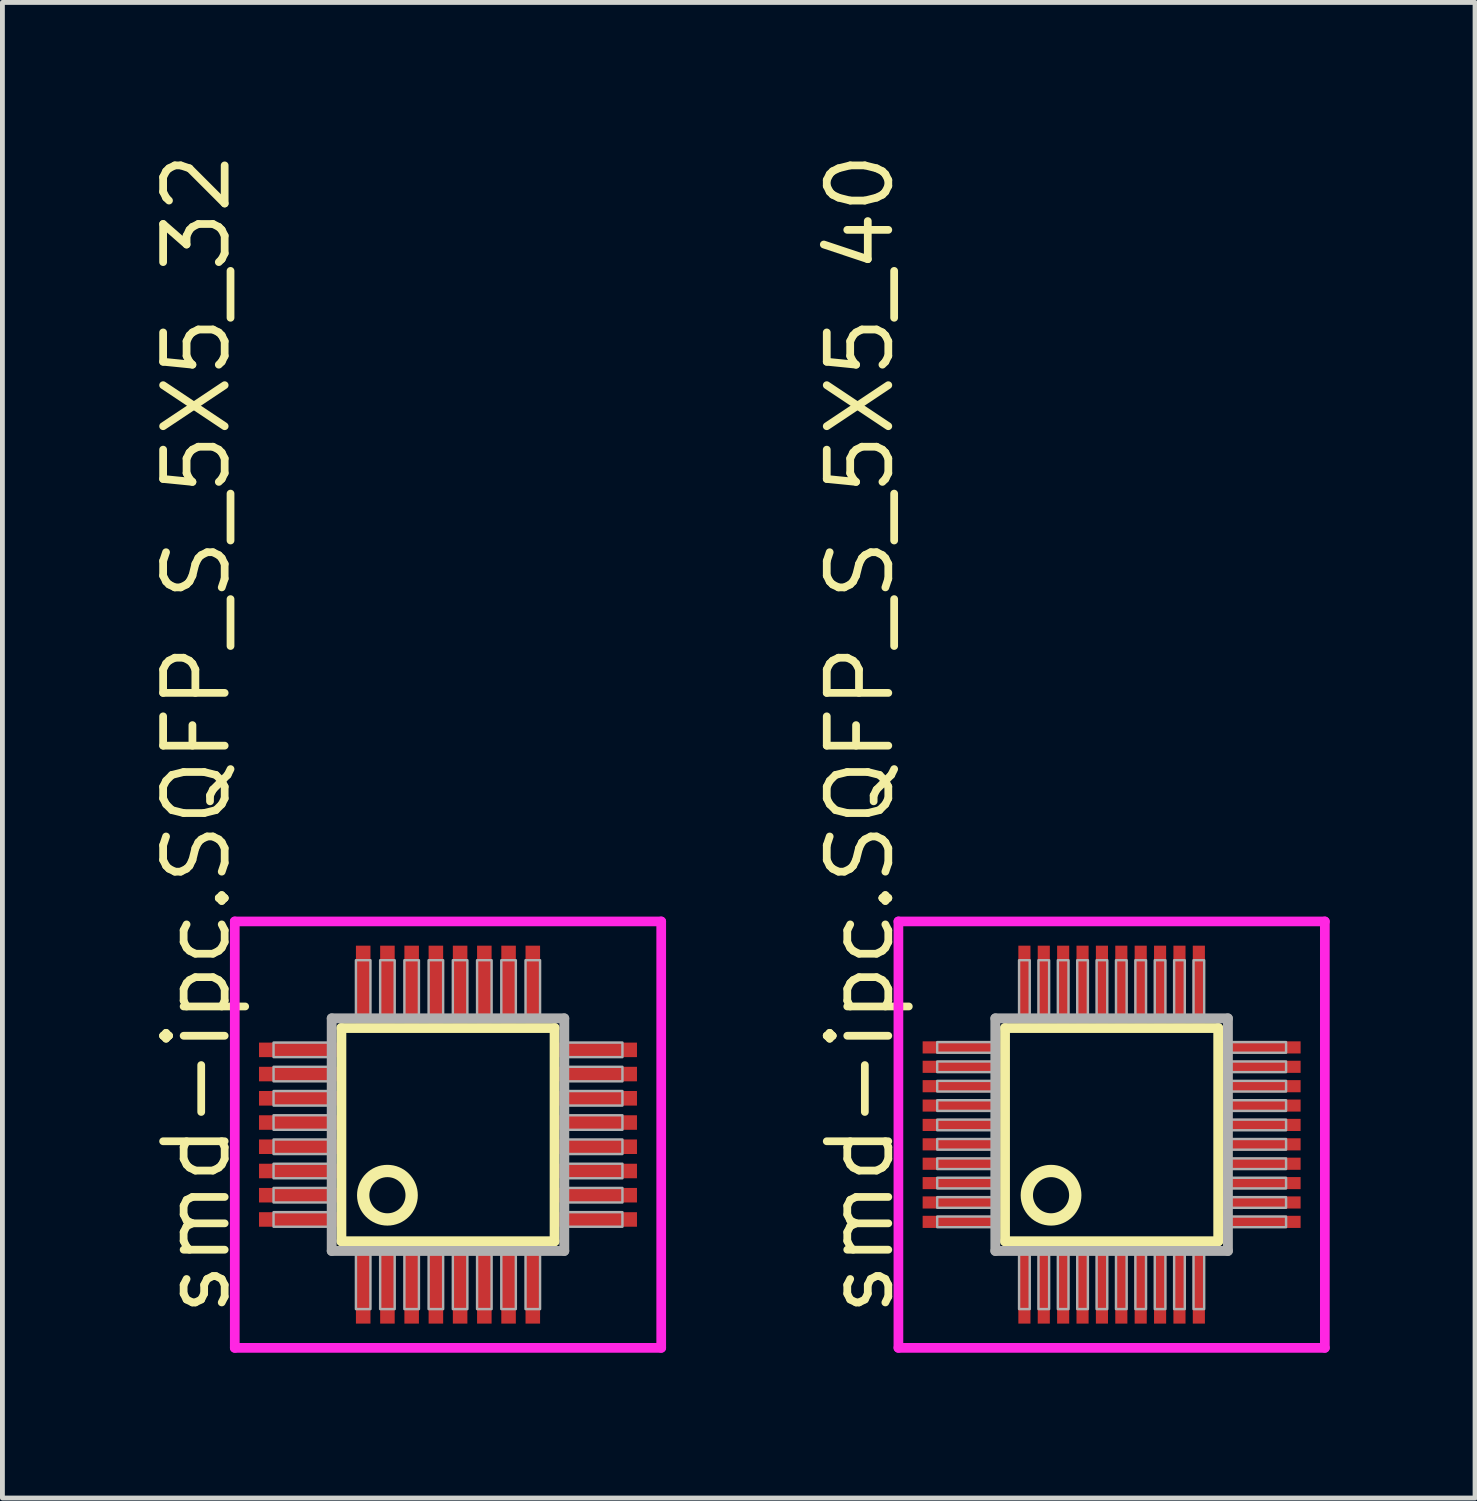
<source format=kicad_pcb>
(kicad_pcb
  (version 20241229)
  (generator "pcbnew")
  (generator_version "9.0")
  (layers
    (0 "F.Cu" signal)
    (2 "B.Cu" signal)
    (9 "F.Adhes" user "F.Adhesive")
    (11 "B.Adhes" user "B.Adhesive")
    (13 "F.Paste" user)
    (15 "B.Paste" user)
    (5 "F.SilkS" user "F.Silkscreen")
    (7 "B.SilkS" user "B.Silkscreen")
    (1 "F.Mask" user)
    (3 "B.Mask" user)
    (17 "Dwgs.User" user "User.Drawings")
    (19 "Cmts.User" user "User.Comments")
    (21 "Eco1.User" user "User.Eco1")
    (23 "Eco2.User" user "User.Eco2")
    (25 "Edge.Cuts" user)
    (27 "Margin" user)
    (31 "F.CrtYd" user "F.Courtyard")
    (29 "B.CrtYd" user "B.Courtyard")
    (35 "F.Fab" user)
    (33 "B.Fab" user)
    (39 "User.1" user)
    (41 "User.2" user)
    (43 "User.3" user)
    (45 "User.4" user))
  (footprint "smd-ipc.SQFP_S_5X5_32"
    (layer "F.Cu")
    (at 6.195 20.365)
    (property "Reference" "smd-ipc.SQFP_S_5X5_32" (at -4.445 3.81 90) (layer "F.SilkS") (effects (font (size 1.27 1.27) (thickness 0.16)) (justify left bottom)))
    (attr smd)
    (fp_line (start -2.2 -2.2) (end 2.2 -2.2) (stroke (width 0.203) (type default)) (layer "F.SilkS"))
    (fp_line (start -2.2 2.2) (end -2.2 -2.2) (stroke (width 0.203) (type default)) (layer "F.SilkS"))
    (fp_line (start 2.2 -2.2) (end 2.2 2.2) (stroke (width 0.203) (type default)) (layer "F.SilkS"))
    (fp_line (start 2.2 2.2) (end -2.2 2.2) (stroke (width 0.203) (type default)) (layer "F.SilkS"))
    (fp_circle (center -1.25 1.25) (end -0.75 1.25) (stroke (width 0.254) (type default)) (fill no) (layer "F.SilkS"))
    (fp_line (start -4.4 -4.4) (end 4.4 -4.4) (stroke (width 0.2) (type default)) (layer "F.CrtYd"))
    (fp_line (start -4.4 4.4) (end -4.4 -4.4) (stroke (width 0.2) (type default)) (layer "F.CrtYd"))
    (fp_line (start 4.4 -4.4) (end 4.4 4.4) (stroke (width 0.2) (type default)) (layer "F.CrtYd"))
    (fp_line (start 4.4 4.4) (end -4.4 4.4) (stroke (width 0.2) (type default)) (layer "F.CrtYd"))
    (fp_line (start -2.4 -2.4) (end -2.4 2.4) (stroke (width 0.203) (type default)) (layer "F.Fab"))
    (fp_line (start -2.4 2.4) (end 2.4 2.4) (stroke (width 0.203) (type default)) (layer "F.Fab"))
    (fp_line (start 2.4 -2.4) (end -2.4 -2.4) (stroke (width 0.203) (type default)) (layer "F.Fab"))
    (fp_line (start 2.4 2.4) (end 2.4 -2.4) (stroke (width 0.203) (type default)) (layer "F.Fab"))
    (fp_rect (start -3.6 -1.6) (end -2.45 -1.9) (stroke (width 0.05) (type default)) (fill no) (layer "F.Fab"))
    (fp_rect (start -3.6 -1.1) (end -2.45 -1.4) (stroke (width 0.05) (type default)) (fill no) (layer "F.Fab"))
    (fp_rect (start -3.6 -0.6) (end -2.45 -0.9) (stroke (width 0.05) (type default)) (fill no) (layer "F.Fab"))
    (fp_rect (start -3.6 -0.1) (end -2.45 -0.4) (stroke (width 0.05) (type default)) (fill no) (layer "F.Fab"))
    (fp_rect (start -3.6 0.4) (end -2.45 0.1) (stroke (width 0.05) (type default)) (fill no) (layer "F.Fab"))
    (fp_rect (start -3.6 0.9) (end -2.45 0.6) (stroke (width 0.05) (type default)) (fill no) (layer "F.Fab"))
    (fp_rect (start -3.6 1.4) (end -2.45 1.1) (stroke (width 0.05) (type default)) (fill no) (layer "F.Fab"))
    (fp_rect (start -3.6 1.9) (end -2.45 1.6) (stroke (width 0.05) (type default)) (fill no) (layer "F.Fab"))
    (fp_rect (start -1.9 -2.45) (end -1.6 -3.6) (stroke (width 0.05) (type default)) (fill no) (layer "F.Fab"))
    (fp_rect (start -1.9 3.6) (end -1.6 2.45) (stroke (width 0.05) (type default)) (fill no) (layer "F.Fab"))
    (fp_rect (start -1.4 -2.45) (end -1.1 -3.6) (stroke (width 0.05) (type default)) (fill no) (layer "F.Fab"))
    (fp_rect (start -1.4 3.6) (end -1.1 2.45) (stroke (width 0.05) (type default)) (fill no) (layer "F.Fab"))
    (fp_rect (start -0.9 -2.45) (end -0.6 -3.6) (stroke (width 0.05) (type default)) (fill no) (layer "F.Fab"))
    (fp_rect (start -0.9 3.6) (end -0.6 2.45) (stroke (width 0.05) (type default)) (fill no) (layer "F.Fab"))
    (fp_rect (start -0.4 -2.45) (end -0.1 -3.6) (stroke (width 0.05) (type default)) (fill no) (layer "F.Fab"))
    (fp_rect (start -0.4 3.6) (end -0.1 2.45) (stroke (width 0.05) (type default)) (fill no) (layer "F.Fab"))
    (fp_rect (start 0.1 -2.45) (end 0.4 -3.6) (stroke (width 0.05) (type default)) (fill no) (layer "F.Fab"))
    (fp_rect (start 0.1 3.6) (end 0.4 2.45) (stroke (width 0.05) (type default)) (fill no) (layer "F.Fab"))
    (fp_rect (start 0.6 -2.45) (end 0.9 -3.6) (stroke (width 0.05) (type default)) (fill no) (layer "F.Fab"))
    (fp_rect (start 0.6 3.6) (end 0.9 2.45) (stroke (width 0.05) (type default)) (fill no) (layer "F.Fab"))
    (fp_rect (start 1.1 -2.45) (end 1.4 -3.6) (stroke (width 0.05) (type default)) (fill no) (layer "F.Fab"))
    (fp_rect (start 1.1 3.6) (end 1.4 2.45) (stroke (width 0.05) (type default)) (fill no) (layer "F.Fab"))
    (fp_rect (start 1.6 -2.45) (end 1.9 -3.6) (stroke (width 0.05) (type default)) (fill no) (layer "F.Fab"))
    (fp_rect (start 1.6 3.6) (end 1.9 2.45) (stroke (width 0.05) (type default)) (fill no) (layer "F.Fab"))
    (fp_rect (start 2.45 -1.6) (end 3.6 -1.9) (stroke (width 0.05) (type default)) (fill no) (layer "F.Fab"))
    (fp_rect (start 2.45 -1.1) (end 3.6 -1.4) (stroke (width 0.05) (type default)) (fill no) (layer "F.Fab"))
    (fp_rect (start 2.45 -0.6) (end 3.6 -0.9) (stroke (width 0.05) (type default)) (fill no) (layer "F.Fab"))
    (fp_rect (start 2.45 -0.1) (end 3.6 -0.4) (stroke (width 0.05) (type default)) (fill no) (layer "F.Fab"))
    (fp_rect (start 2.45 0.4) (end 3.6 0.1) (stroke (width 0.05) (type default)) (fill no) (layer "F.Fab"))
    (fp_rect (start 2.45 0.9) (end 3.6 0.6) (stroke (width 0.05) (type default)) (fill no) (layer "F.Fab"))
    (fp_rect (start 2.45 1.4) (end 3.6 1.1) (stroke (width 0.05) (type default)) (fill no) (layer "F.Fab"))
    (fp_rect (start 2.45 1.9) (end 3.6 1.6) (stroke (width 0.05) (type default)) (fill no) (layer "F.Fab"))
    (pad "1" smd roundrect (at -1.75 3.1) (size 0.3 1.6) (layers "F.Cu" "F.Mask" "F.Paste") (roundrect_rratio 0.01))
    (pad "2" smd roundrect (at -1.25 3.1) (size 0.3 1.6) (layers "F.Cu" "F.Mask" "F.Paste") (roundrect_rratio 0.01))
    (pad "3" smd roundrect (at -0.75 3.1) (size 0.3 1.6) (layers "F.Cu" "F.Mask" "F.Paste") (roundrect_rratio 0.01))
    (pad "4" smd roundrect (at -0.25 3.1) (size 0.3 1.6) (layers "F.Cu" "F.Mask" "F.Paste") (roundrect_rratio 0.01))
    (pad "5" smd roundrect (at 0.25 3.1) (size 0.3 1.6) (layers "F.Cu" "F.Mask" "F.Paste") (roundrect_rratio 0.01))
    (pad "6" smd roundrect (at 0.75 3.1) (size 0.3 1.6) (layers "F.Cu" "F.Mask" "F.Paste") (roundrect_rratio 0.01))
    (pad "7" smd roundrect (at 1.25 3.1) (size 0.3 1.6) (layers "F.Cu" "F.Mask" "F.Paste") (roundrect_rratio 0.01))
    (pad "8" smd roundrect (at 1.75 3.1) (size 0.3 1.6) (layers "F.Cu" "F.Mask" "F.Paste") (roundrect_rratio 0.01))
    (pad "9" smd roundrect (at 3.1 1.75) (size 1.6 0.3) (layers "F.Cu" "F.Mask" "F.Paste") (roundrect_rratio 0.01))
    (pad "10" smd roundrect (at 3.1 1.25) (size 1.6 0.3) (layers "F.Cu" "F.Mask" "F.Paste") (roundrect_rratio 0.01))
    (pad "11" smd roundrect (at 3.1 0.75) (size 1.6 0.3) (layers "F.Cu" "F.Mask" "F.Paste") (roundrect_rratio 0.01))
    (pad "12" smd roundrect (at 3.1 0.25) (size 1.6 0.3) (layers "F.Cu" "F.Mask" "F.Paste") (roundrect_rratio 0.01))
    (pad "13" smd roundrect (at 3.1 -0.25) (size 1.6 0.3) (layers "F.Cu" "F.Mask" "F.Paste") (roundrect_rratio 0.01))
    (pad "14" smd roundrect (at 3.1 -0.75) (size 1.6 0.3) (layers "F.Cu" "F.Mask" "F.Paste") (roundrect_rratio 0.01))
    (pad "15" smd roundrect (at 3.1 -1.25) (size 1.6 0.3) (layers "F.Cu" "F.Mask" "F.Paste") (roundrect_rratio 0.01))
    (pad "16" smd roundrect (at 3.1 -1.75) (size 1.6 0.3) (layers "F.Cu" "F.Mask" "F.Paste") (roundrect_rratio 0.01))
    (pad "17" smd roundrect (at 1.75 -3.1) (size 0.3 1.6) (layers "F.Cu" "F.Mask" "F.Paste") (roundrect_rratio 0.01))
    (pad "18" smd roundrect (at 1.25 -3.1) (size 0.3 1.6) (layers "F.Cu" "F.Mask" "F.Paste") (roundrect_rratio 0.01))
    (pad "19" smd roundrect (at 0.75 -3.1) (size 0.3 1.6) (layers "F.Cu" "F.Mask" "F.Paste") (roundrect_rratio 0.01))
    (pad "20" smd roundrect (at 0.25 -3.1) (size 0.3 1.6) (layers "F.Cu" "F.Mask" "F.Paste") (roundrect_rratio 0.01))
    (pad "21" smd roundrect (at -0.25 -3.1) (size 0.3 1.6) (layers "F.Cu" "F.Mask" "F.Paste") (roundrect_rratio 0.01))
    (pad "22" smd roundrect (at -0.75 -3.1) (size 0.3 1.6) (layers "F.Cu" "F.Mask" "F.Paste") (roundrect_rratio 0.01))
    (pad "23" smd roundrect (at -1.25 -3.1) (size 0.3 1.6) (layers "F.Cu" "F.Mask" "F.Paste") (roundrect_rratio 0.01))
    (pad "24" smd roundrect (at -1.75 -3.1) (size 0.3 1.6) (layers "F.Cu" "F.Mask" "F.Paste") (roundrect_rratio 0.01))
    (pad "25" smd roundrect (at -3.1 -1.75) (size 1.6 0.3) (layers "F.Cu" "F.Mask" "F.Paste") (roundrect_rratio 0.01))
    (pad "26" smd roundrect (at -3.1 -1.25) (size 1.6 0.3) (layers "F.Cu" "F.Mask" "F.Paste") (roundrect_rratio 0.01))
    (pad "27" smd roundrect (at -3.1 -0.75) (size 1.6 0.3) (layers "F.Cu" "F.Mask" "F.Paste") (roundrect_rratio 0.01))
    (pad "28" smd roundrect (at -3.1 -0.25) (size 1.6 0.3) (layers "F.Cu" "F.Mask" "F.Paste") (roundrect_rratio 0.01))
    (pad "29" smd roundrect (at -3.1 0.25) (size 1.6 0.3) (layers "F.Cu" "F.Mask" "F.Paste") (roundrect_rratio 0.01))
    (pad "30" smd roundrect (at -3.1 0.75) (size 1.6 0.3) (layers "F.Cu" "F.Mask" "F.Paste") (roundrect_rratio 0.01))
    (pad "31" smd roundrect (at -3.1 1.25) (size 1.6 0.3) (layers "F.Cu" "F.Mask" "F.Paste") (roundrect_rratio 0.01))
    (pad "32" smd roundrect (at -3.1 1.75) (size 1.6 0.3) (layers "F.Cu" "F.Mask" "F.Paste") (roundrect_rratio 0.01)))
  (footprint "smd-ipc.SQFP_S_5X5_40"
    (layer "F.Cu")
    (at 19.89 20.365)
    (property "Reference" "smd-ipc.SQFP_S_5X5_40" (at -4.445 3.81 90) (layer "F.SilkS") (effects (font (size 1.27 1.27) (thickness 0.16)) (justify left bottom)))
    (attr smd)
    (fp_line (start -2.2 -2.2) (end 2.2 -2.2) (stroke (width 0.203) (type default)) (layer "F.SilkS"))
    (fp_line (start -2.2 2.2) (end -2.2 -2.2) (stroke (width 0.203) (type default)) (layer "F.SilkS"))
    (fp_line (start 2.2 -2.2) (end 2.2 2.2) (stroke (width 0.203) (type default)) (layer "F.SilkS"))
    (fp_line (start 2.2 2.2) (end -2.2 2.2) (stroke (width 0.203) (type default)) (layer "F.SilkS"))
    (fp_circle (center -1.25 1.25) (end -0.75 1.25) (stroke (width 0.254) (type default)) (fill no) (layer "F.SilkS"))
    (fp_line (start -4.4 -4.4) (end 4.4 -4.4) (stroke (width 0.2) (type default)) (layer "F.CrtYd"))
    (fp_line (start -4.4 4.4) (end -4.4 -4.4) (stroke (width 0.2) (type default)) (layer "F.CrtYd"))
    (fp_line (start 4.4 -4.4) (end 4.4 4.4) (stroke (width 0.2) (type default)) (layer "F.CrtYd"))
    (fp_line (start 4.4 4.4) (end -4.4 4.4) (stroke (width 0.2) (type default)) (layer "F.CrtYd"))
    (fp_line (start -2.4 -2.4) (end -2.4 2.4) (stroke (width 0.203) (type default)) (layer "F.Fab"))
    (fp_line (start -2.4 2.4) (end 2.4 2.4) (stroke (width 0.203) (type default)) (layer "F.Fab"))
    (fp_line (start 2.4 -2.4) (end -2.4 -2.4) (stroke (width 0.203) (type default)) (layer "F.Fab"))
    (fp_line (start 2.4 2.4) (end 2.4 -2.4) (stroke (width 0.203) (type default)) (layer "F.Fab"))
    (fp_rect (start -3.6 -1.69) (end -2.45 -1.91) (stroke (width 0.05) (type default)) (fill no) (layer "F.Fab"))
    (fp_rect (start -3.6 -1.29) (end -2.45 -1.51) (stroke (width 0.05) (type default)) (fill no) (layer "F.Fab"))
    (fp_rect (start -3.6 -0.89) (end -2.45 -1.11) (stroke (width 0.05) (type default)) (fill no) (layer "F.Fab"))
    (fp_rect (start -3.6 -0.49) (end -2.45 -0.71) (stroke (width 0.05) (type default)) (fill no) (layer "F.Fab"))
    (fp_rect (start -3.6 -0.09) (end -2.45 -0.31) (stroke (width 0.05) (type default)) (fill no) (layer "F.Fab"))
    (fp_rect (start -3.6 0.31) (end -2.45 0.09) (stroke (width 0.05) (type default)) (fill no) (layer "F.Fab"))
    (fp_rect (start -3.6 0.71) (end -2.45 0.49) (stroke (width 0.05) (type default)) (fill no) (layer "F.Fab"))
    (fp_rect (start -3.6 1.11) (end -2.45 0.89) (stroke (width 0.05) (type default)) (fill no) (layer "F.Fab"))
    (fp_rect (start -3.6 1.51) (end -2.45 1.29) (stroke (width 0.05) (type default)) (fill no) (layer "F.Fab"))
    (fp_rect (start -3.6 1.91) (end -2.45 1.69) (stroke (width 0.05) (type default)) (fill no) (layer "F.Fab"))
    (fp_rect (start -1.91 -2.45) (end -1.69 -3.6) (stroke (width 0.05) (type default)) (fill no) (layer "F.Fab"))
    (fp_rect (start -1.91 3.6) (end -1.69 2.45) (stroke (width 0.05) (type default)) (fill no) (layer "F.Fab"))
    (fp_rect (start -1.51 -2.45) (end -1.29 -3.6) (stroke (width 0.05) (type default)) (fill no) (layer "F.Fab"))
    (fp_rect (start -1.51 3.6) (end -1.29 2.45) (stroke (width 0.05) (type default)) (fill no) (layer "F.Fab"))
    (fp_rect (start -1.11 -2.45) (end -0.89 -3.6) (stroke (width 0.05) (type default)) (fill no) (layer "F.Fab"))
    (fp_rect (start -1.11 3.6) (end -0.89 2.45) (stroke (width 0.05) (type default)) (fill no) (layer "F.Fab"))
    (fp_rect (start -0.71 -2.45) (end -0.49 -3.6) (stroke (width 0.05) (type default)) (fill no) (layer "F.Fab"))
    (fp_rect (start -0.71 3.6) (end -0.49 2.45) (stroke (width 0.05) (type default)) (fill no) (layer "F.Fab"))
    (fp_rect (start -0.31 -2.45) (end -0.09 -3.6) (stroke (width 0.05) (type default)) (fill no) (layer "F.Fab"))
    (fp_rect (start -0.31 3.6) (end -0.09 2.45) (stroke (width 0.05) (type default)) (fill no) (layer "F.Fab"))
    (fp_rect (start 0.09 -2.45) (end 0.31 -3.6) (stroke (width 0.05) (type default)) (fill no) (layer "F.Fab"))
    (fp_rect (start 0.09 3.6) (end 0.31 2.45) (stroke (width 0.05) (type default)) (fill no) (layer "F.Fab"))
    (fp_rect (start 0.49 -2.45) (end 0.71 -3.6) (stroke (width 0.05) (type default)) (fill no) (layer "F.Fab"))
    (fp_rect (start 0.49 3.6) (end 0.71 2.45) (stroke (width 0.05) (type default)) (fill no) (layer "F.Fab"))
    (fp_rect (start 0.89 -2.45) (end 1.11 -3.6) (stroke (width 0.05) (type default)) (fill no) (layer "F.Fab"))
    (fp_rect (start 0.89 3.6) (end 1.11 2.45) (stroke (width 0.05) (type default)) (fill no) (layer "F.Fab"))
    (fp_rect (start 1.29 -2.45) (end 1.51 -3.6) (stroke (width 0.05) (type default)) (fill no) (layer "F.Fab"))
    (fp_rect (start 1.29 3.6) (end 1.51 2.45) (stroke (width 0.05) (type default)) (fill no) (layer "F.Fab"))
    (fp_rect (start 1.69 -2.45) (end 1.91 -3.6) (stroke (width 0.05) (type default)) (fill no) (layer "F.Fab"))
    (fp_rect (start 1.69 3.6) (end 1.91 2.45) (stroke (width 0.05) (type default)) (fill no) (layer "F.Fab"))
    (fp_rect (start 2.45 -1.69) (end 3.6 -1.91) (stroke (width 0.05) (type default)) (fill no) (layer "F.Fab"))
    (fp_rect (start 2.45 -1.29) (end 3.6 -1.51) (stroke (width 0.05) (type default)) (fill no) (layer "F.Fab"))
    (fp_rect (start 2.45 -0.89) (end 3.6 -1.11) (stroke (width 0.05) (type default)) (fill no) (layer "F.Fab"))
    (fp_rect (start 2.45 -0.49) (end 3.6 -0.71) (stroke (width 0.05) (type default)) (fill no) (layer "F.Fab"))
    (fp_rect (start 2.45 -0.09) (end 3.6 -0.31) (stroke (width 0.05) (type default)) (fill no) (layer "F.Fab"))
    (fp_rect (start 2.45 0.31) (end 3.6 0.09) (stroke (width 0.05) (type default)) (fill no) (layer "F.Fab"))
    (fp_rect (start 2.45 0.71) (end 3.6 0.49) (stroke (width 0.05) (type default)) (fill no) (layer "F.Fab"))
    (fp_rect (start 2.45 1.11) (end 3.6 0.89) (stroke (width 0.05) (type default)) (fill no) (layer "F.Fab"))
    (fp_rect (start 2.45 1.51) (end 3.6 1.29) (stroke (width 0.05) (type default)) (fill no) (layer "F.Fab"))
    (fp_rect (start 2.45 1.91) (end 3.6 1.69) (stroke (width 0.05) (type default)) (fill no) (layer "F.Fab"))
    (pad "1" smd roundrect (at -1.8 3.1) (size 0.25 1.6) (layers "F.Cu" "F.Mask" "F.Paste") (roundrect_rratio 0.01))
    (pad "2" smd roundrect (at -1.4 3.1) (size 0.25 1.6) (layers "F.Cu" "F.Mask" "F.Paste") (roundrect_rratio 0.01))
    (pad "3" smd roundrect (at -1 3.1) (size 0.25 1.6) (layers "F.Cu" "F.Mask" "F.Paste") (roundrect_rratio 0.01))
    (pad "4" smd roundrect (at -0.6 3.1) (size 0.25 1.6) (layers "F.Cu" "F.Mask" "F.Paste") (roundrect_rratio 0.01))
    (pad "5" smd roundrect (at -0.2 3.1) (size 0.25 1.6) (layers "F.Cu" "F.Mask" "F.Paste") (roundrect_rratio 0.01))
    (pad "6" smd roundrect (at 0.2 3.1) (size 0.25 1.6) (layers "F.Cu" "F.Mask" "F.Paste") (roundrect_rratio 0.01))
    (pad "7" smd roundrect (at 0.6 3.1) (size 0.25 1.6) (layers "F.Cu" "F.Mask" "F.Paste") (roundrect_rratio 0.01))
    (pad "8" smd roundrect (at 1 3.1) (size 0.25 1.6) (layers "F.Cu" "F.Mask" "F.Paste") (roundrect_rratio 0.01))
    (pad "9" smd roundrect (at 1.4 3.1) (size 0.25 1.6) (layers "F.Cu" "F.Mask" "F.Paste") (roundrect_rratio 0.01))
    (pad "10" smd roundrect (at 1.8 3.1) (size 0.25 1.6) (layers "F.Cu" "F.Mask" "F.Paste") (roundrect_rratio 0.01))
    (pad "11" smd roundrect (at 3.1 1.8) (size 1.6 0.25) (layers "F.Cu" "F.Mask" "F.Paste") (roundrect_rratio 0.01))
    (pad "12" smd roundrect (at 3.1 1.4) (size 1.6 0.25) (layers "F.Cu" "F.Mask" "F.Paste") (roundrect_rratio 0.01))
    (pad "13" smd roundrect (at 3.1 1) (size 1.6 0.25) (layers "F.Cu" "F.Mask" "F.Paste") (roundrect_rratio 0.01))
    (pad "14" smd roundrect (at 3.1 0.6) (size 1.6 0.25) (layers "F.Cu" "F.Mask" "F.Paste") (roundrect_rratio 0.01))
    (pad "15" smd roundrect (at 3.1 0.2) (size 1.6 0.25) (layers "F.Cu" "F.Mask" "F.Paste") (roundrect_rratio 0.01))
    (pad "16" smd roundrect (at 3.1 -0.2) (size 1.6 0.25) (layers "F.Cu" "F.Mask" "F.Paste") (roundrect_rratio 0.01))
    (pad "17" smd roundrect (at 3.1 -0.6) (size 1.6 0.25) (layers "F.Cu" "F.Mask" "F.Paste") (roundrect_rratio 0.01))
    (pad "18" smd roundrect (at 3.1 -1) (size 1.6 0.25) (layers "F.Cu" "F.Mask" "F.Paste") (roundrect_rratio 0.01))
    (pad "19" smd roundrect (at 3.1 -1.4) (size 1.6 0.25) (layers "F.Cu" "F.Mask" "F.Paste") (roundrect_rratio 0.01))
    (pad "20" smd roundrect (at 3.1 -1.8) (size 1.6 0.25) (layers "F.Cu" "F.Mask" "F.Paste") (roundrect_rratio 0.01))
    (pad "21" smd roundrect (at 1.8 -3.1) (size 0.25 1.6) (layers "F.Cu" "F.Mask" "F.Paste") (roundrect_rratio 0.01))
    (pad "22" smd roundrect (at 1.4 -3.1) (size 0.25 1.6) (layers "F.Cu" "F.Mask" "F.Paste") (roundrect_rratio 0.01))
    (pad "23" smd roundrect (at 1 -3.1) (size 0.25 1.6) (layers "F.Cu" "F.Mask" "F.Paste") (roundrect_rratio 0.01))
    (pad "24" smd roundrect (at 0.6 -3.1) (size 0.25 1.6) (layers "F.Cu" "F.Mask" "F.Paste") (roundrect_rratio 0.01))
    (pad "25" smd roundrect (at 0.2 -3.1) (size 0.25 1.6) (layers "F.Cu" "F.Mask" "F.Paste") (roundrect_rratio 0.01))
    (pad "26" smd roundrect (at -0.2 -3.1) (size 0.25 1.6) (layers "F.Cu" "F.Mask" "F.Paste") (roundrect_rratio 0.01))
    (pad "27" smd roundrect (at -0.6 -3.1) (size 0.25 1.6) (layers "F.Cu" "F.Mask" "F.Paste") (roundrect_rratio 0.01))
    (pad "28" smd roundrect (at -1 -3.1) (size 0.25 1.6) (layers "F.Cu" "F.Mask" "F.Paste") (roundrect_rratio 0.01))
    (pad "29" smd roundrect (at -1.4 -3.1) (size 0.25 1.6) (layers "F.Cu" "F.Mask" "F.Paste") (roundrect_rratio 0.01))
    (pad "30" smd roundrect (at -1.8 -3.1) (size 0.25 1.6) (layers "F.Cu" "F.Mask" "F.Paste") (roundrect_rratio 0.01))
    (pad "31" smd roundrect (at -3.1 -1.8) (size 1.6 0.25) (layers "F.Cu" "F.Mask" "F.Paste") (roundrect_rratio 0.01))
    (pad "32" smd roundrect (at -3.1 -1.4) (size 1.6 0.25) (layers "F.Cu" "F.Mask" "F.Paste") (roundrect_rratio 0.01))
    (pad "33" smd roundrect (at -3.1 -1) (size 1.6 0.25) (layers "F.Cu" "F.Mask" "F.Paste") (roundrect_rratio 0.01))
    (pad "34" smd roundrect (at -3.1 -0.6) (size 1.6 0.25) (layers "F.Cu" "F.Mask" "F.Paste") (roundrect_rratio 0.01))
    (pad "35" smd roundrect (at -3.1 -0.2) (size 1.6 0.25) (layers "F.Cu" "F.Mask" "F.Paste") (roundrect_rratio 0.01))
    (pad "36" smd roundrect (at -3.1 0.2) (size 1.6 0.25) (layers "F.Cu" "F.Mask" "F.Paste") (roundrect_rratio 0.01))
    (pad "37" smd roundrect (at -3.1 0.6) (size 1.6 0.25) (layers "F.Cu" "F.Mask" "F.Paste") (roundrect_rratio 0.01))
    (pad "38" smd roundrect (at -3.1 1) (size 1.6 0.25) (layers "F.Cu" "F.Mask" "F.Paste") (roundrect_rratio 0.01))
    (pad "39" smd roundrect (at -3.1 1.4) (size 1.6 0.25) (layers "F.Cu" "F.Mask" "F.Paste") (roundrect_rratio 0.01))
    (pad "40" smd roundrect (at -3.1 1.8) (size 1.6 0.25) (layers "F.Cu" "F.Mask" "F.Paste") (roundrect_rratio 0.01)))
  (gr_rect
    (start -3 -3)
    (end 27.39 27.864)
    (stroke (width 0.1) (type default))
    (fill no)
    (layer "Edge.Cuts")))
</source>
